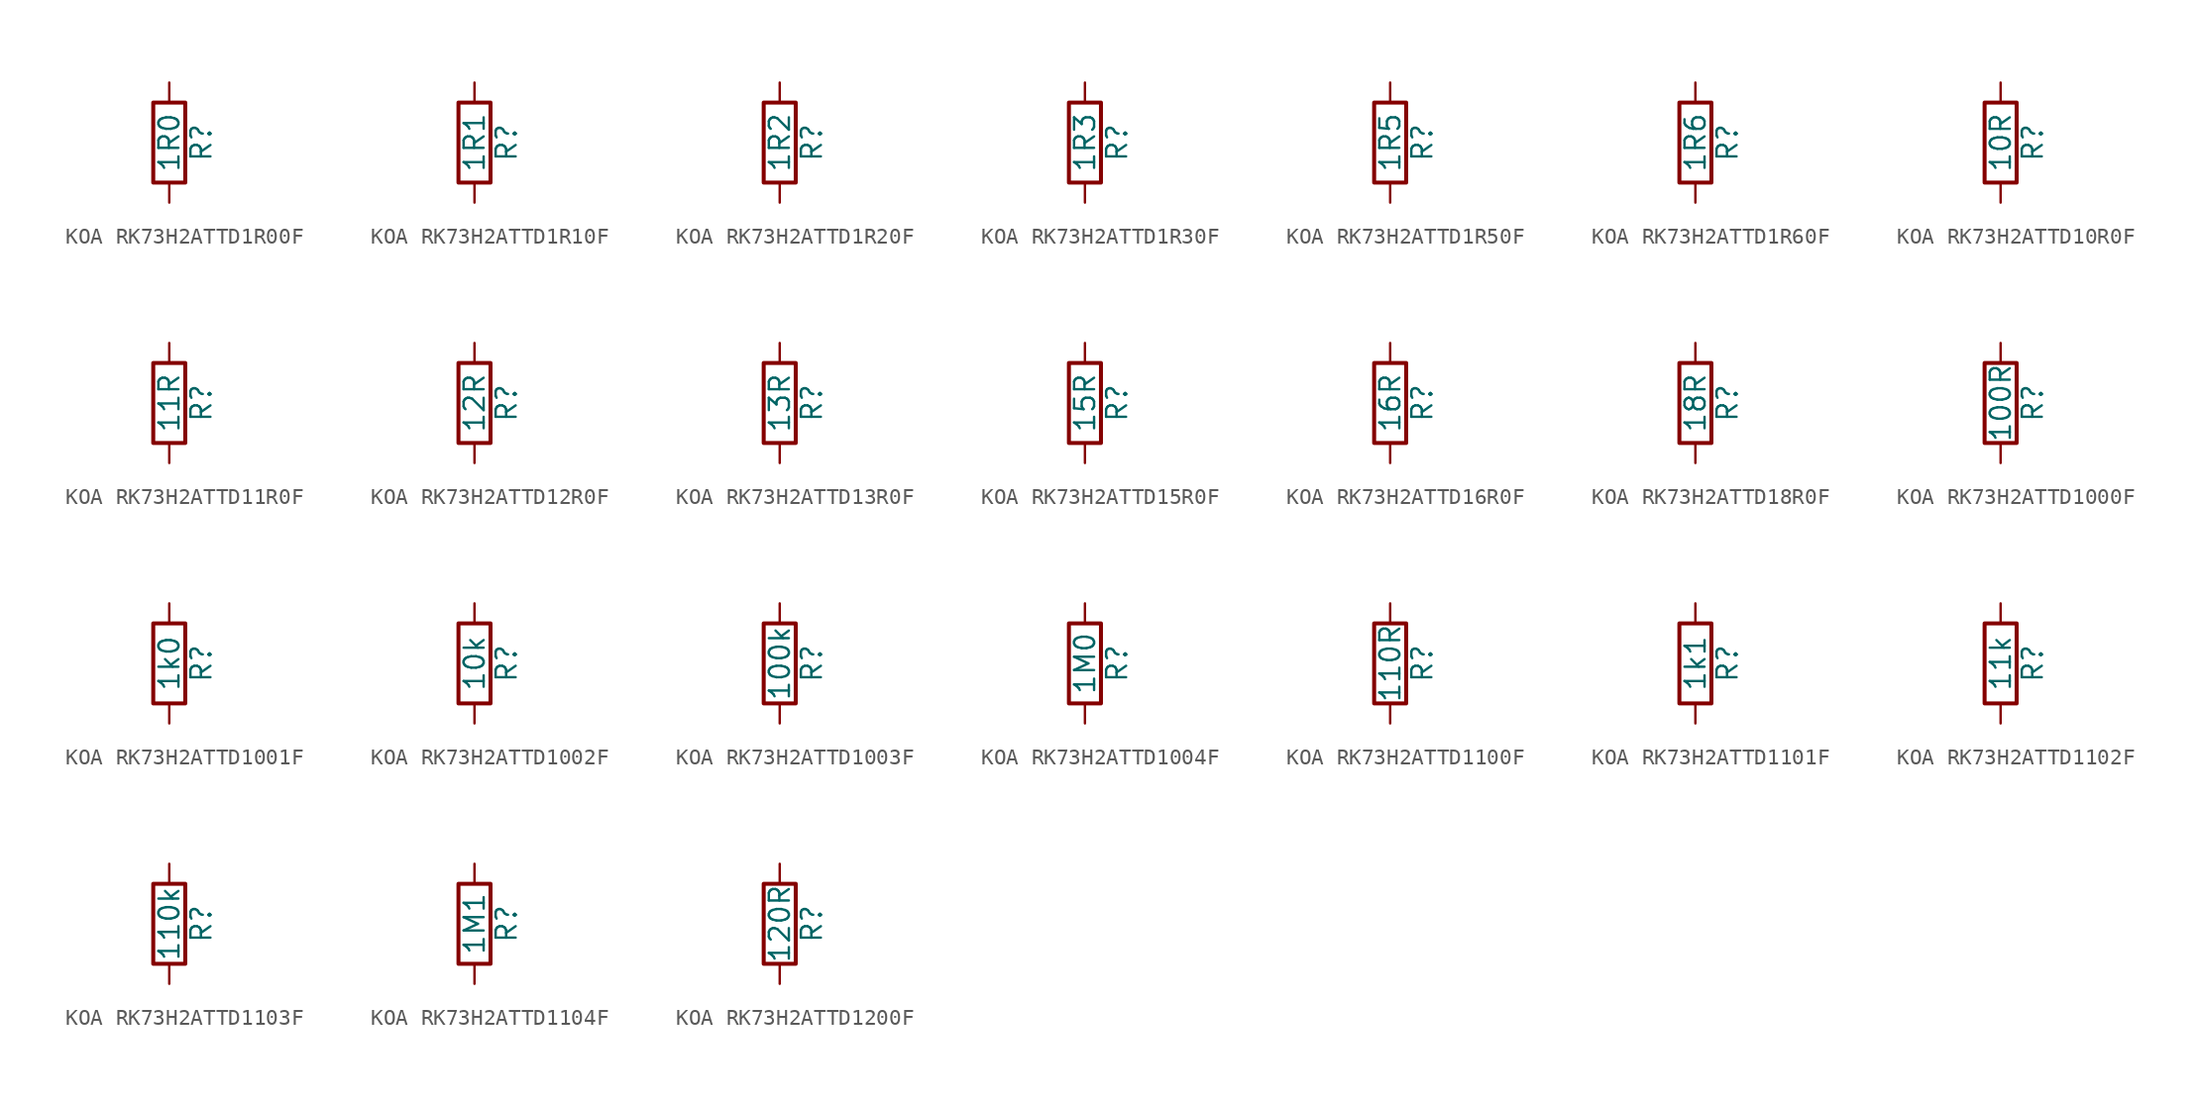
<source format=kicad_sym>
(kicad_symbol_lib
  (version 20220914)
  (generator kicad_symbol_editor)
  (symbol "KOA RK73H2ATTD1R00F"
    (pin_numbers hide)
    (pin_names
      (offset 0))
    (property "Reference" "R"
      (at 2.032 0 90)
      (effects (font (size 1.27 1.27))))
    (property "Value" "1R0"
      (at 0 0 90)
      (effects (font (size 1.27 1.27))))
    (symbol "KOA RK73H2ATTD1R00F_0_1"
      (rectangle (start -1.016 -2.54) (end 1.016 2.54) (stroke (width 0.254) (type default)) (fill (type none))))
    (symbol "KOA RK73H2ATTD1R00F_1_1"
      (pin passive line (at 0 3.81 270) (length 1.27) (name "~" (effects (font (size 1.27 1.27)))) (number "1" (effects (font (size 1.27 1.27)))))
      (pin passive line (at 0 -3.81 90) (length 1.27) (name "~" (effects (font (size 1.27 1.27)))) (number "2" (effects (font (size 1.27 1.27)))))))
  (symbol "KOA RK73H2ATTD1R10F"
    (pin_numbers hide)
    (pin_names
      (offset 0))
    (property "Reference" "R"
      (at 2.032 0 90)
      (effects (font (size 1.27 1.27))))
    (property "Value" "1R1"
      (at 0 0 90)
      (effects (font (size 1.27 1.27))))
    (symbol "KOA RK73H2ATTD1R10F_0_1"
      (rectangle (start -1.016 -2.54) (end 1.016 2.54) (stroke (width 0.254) (type default)) (fill (type none))))
    (symbol "KOA RK73H2ATTD1R10F_1_1"
      (pin passive line (at 0 3.81 270) (length 1.27) (name "~" (effects (font (size 1.27 1.27)))) (number "1" (effects (font (size 1.27 1.27)))))
      (pin passive line (at 0 -3.81 90) (length 1.27) (name "~" (effects (font (size 1.27 1.27)))) (number "2" (effects (font (size 1.27 1.27)))))))
  (symbol "KOA RK73H2ATTD1R20F"
    (pin_numbers hide)
    (pin_names
      (offset 0))
    (property "Reference" "R"
      (at 2.032 0 90)
      (effects (font (size 1.27 1.27))))
    (property "Value" "1R2"
      (at 0 0 90)
      (effects (font (size 1.27 1.27))))
    (symbol "KOA RK73H2ATTD1R20F_0_1"
      (rectangle (start -1.016 -2.54) (end 1.016 2.54) (stroke (width 0.254) (type default)) (fill (type none))))
    (symbol "KOA RK73H2ATTD1R20F_1_1"
      (pin passive line (at 0 3.81 270) (length 1.27) (name "~" (effects (font (size 1.27 1.27)))) (number "1" (effects (font (size 1.27 1.27)))))
      (pin passive line (at 0 -3.81 90) (length 1.27) (name "~" (effects (font (size 1.27 1.27)))) (number "2" (effects (font (size 1.27 1.27)))))))
  (symbol "KOA RK73H2ATTD1R30F"
    (pin_numbers hide)
    (pin_names
      (offset 0))
    (property "Reference" "R"
      (at 2.032 0 90)
      (effects (font (size 1.27 1.27))))
    (property "Value" "1R3"
      (at 0 0 90)
      (effects (font (size 1.27 1.27))))
    (symbol "KOA RK73H2ATTD1R30F_0_1"
      (rectangle (start -1.016 -2.54) (end 1.016 2.54) (stroke (width 0.254) (type default)) (fill (type none))))
    (symbol "KOA RK73H2ATTD1R30F_1_1"
      (pin passive line (at 0 3.81 270) (length 1.27) (name "~" (effects (font (size 1.27 1.27)))) (number "1" (effects (font (size 1.27 1.27)))))
      (pin passive line (at 0 -3.81 90) (length 1.27) (name "~" (effects (font (size 1.27 1.27)))) (number "2" (effects (font (size 1.27 1.27)))))))
  (symbol "KOA RK73H2ATTD1R50F"
    (pin_numbers hide)
    (pin_names
      (offset 0))
    (property "Reference" "R"
      (at 2.032 0 90)
      (effects (font (size 1.27 1.27))))
    (property "Value" "1R5"
      (at 0 0 90)
      (effects (font (size 1.27 1.27))))
    (symbol "KOA RK73H2ATTD1R50F_0_1"
      (rectangle (start -1.016 -2.54) (end 1.016 2.54) (stroke (width 0.254) (type default)) (fill (type none))))
    (symbol "KOA RK73H2ATTD1R50F_1_1"
      (pin passive line (at 0 3.81 270) (length 1.27) (name "~" (effects (font (size 1.27 1.27)))) (number "1" (effects (font (size 1.27 1.27)))))
      (pin passive line (at 0 -3.81 90) (length 1.27) (name "~" (effects (font (size 1.27 1.27)))) (number "2" (effects (font (size 1.27 1.27)))))))
  (symbol "KOA RK73H2ATTD1R60F"
    (pin_numbers hide)
    (pin_names
      (offset 0))
    (property "Reference" "R"
      (at 2.032 0 90)
      (effects (font (size 1.27 1.27))))
    (property "Value" "1R6"
      (at 0 0 90)
      (effects (font (size 1.27 1.27))))
    (symbol "KOA RK73H2ATTD1R60F_0_1"
      (rectangle (start -1.016 -2.54) (end 1.016 2.54) (stroke (width 0.254) (type default)) (fill (type none))))
    (symbol "KOA RK73H2ATTD1R60F_1_1"
      (pin passive line (at 0 3.81 270) (length 1.27) (name "~" (effects (font (size 1.27 1.27)))) (number "1" (effects (font (size 1.27 1.27)))))
      (pin passive line (at 0 -3.81 90) (length 1.27) (name "~" (effects (font (size 1.27 1.27)))) (number "2" (effects (font (size 1.27 1.27)))))))
  (symbol "KOA RK73H2ATTD10R0F"
    (pin_numbers hide)
    (pin_names
      (offset 0))
    (property "Reference" "R"
      (at 2.032 0 90)
      (effects (font (size 1.27 1.27))))
    (property "Value" "10R"
      (at 0 0 90)
      (effects (font (size 1.27 1.27))))
    (symbol "KOA RK73H2ATTD10R0F_0_1"
      (rectangle (start -1.016 -2.54) (end 1.016 2.54) (stroke (width 0.254) (type default)) (fill (type none))))
    (symbol "KOA RK73H2ATTD10R0F_1_1"
      (pin passive line (at 0 3.81 270) (length 1.27) (name "~" (effects (font (size 1.27 1.27)))) (number "1" (effects (font (size 1.27 1.27)))))
      (pin passive line (at 0 -3.81 90) (length 1.27) (name "~" (effects (font (size 1.27 1.27)))) (number "2" (effects (font (size 1.27 1.27)))))))
  (symbol "KOA RK73H2ATTD11R0F"
    (pin_numbers hide)
    (pin_names
      (offset 0))
    (property "Reference" "R"
      (at 2.032 0 90)
      (effects (font (size 1.27 1.27))))
    (property "Value" "11R"
      (at 0 0 90)
      (effects (font (size 1.27 1.27))))
    (symbol "KOA RK73H2ATTD11R0F_0_1"
      (rectangle (start -1.016 -2.54) (end 1.016 2.54) (stroke (width 0.254) (type default)) (fill (type none))))
    (symbol "KOA RK73H2ATTD11R0F_1_1"
      (pin passive line (at 0 3.81 270) (length 1.27) (name "~" (effects (font (size 1.27 1.27)))) (number "1" (effects (font (size 1.27 1.27)))))
      (pin passive line (at 0 -3.81 90) (length 1.27) (name "~" (effects (font (size 1.27 1.27)))) (number "2" (effects (font (size 1.27 1.27)))))))
  (symbol "KOA RK73H2ATTD12R0F"
    (pin_numbers hide)
    (pin_names
      (offset 0))
    (property "Reference" "R"
      (at 2.032 0 90)
      (effects (font (size 1.27 1.27))))
    (property "Value" "12R"
      (at 0 0 90)
      (effects (font (size 1.27 1.27))))
    (symbol "KOA RK73H2ATTD12R0F_0_1"
      (rectangle (start -1.016 -2.54) (end 1.016 2.54) (stroke (width 0.254) (type default)) (fill (type none))))
    (symbol "KOA RK73H2ATTD12R0F_1_1"
      (pin passive line (at 0 3.81 270) (length 1.27) (name "~" (effects (font (size 1.27 1.27)))) (number "1" (effects (font (size 1.27 1.27)))))
      (pin passive line (at 0 -3.81 90) (length 1.27) (name "~" (effects (font (size 1.27 1.27)))) (number "2" (effects (font (size 1.27 1.27)))))))
  (symbol "KOA RK73H2ATTD13R0F"
    (pin_numbers hide)
    (pin_names
      (offset 0))
    (property "Reference" "R"
      (at 2.032 0 90)
      (effects (font (size 1.27 1.27))))
    (property "Value" "13R"
      (at 0 0 90)
      (effects (font (size 1.27 1.27))))
    (symbol "KOA RK73H2ATTD13R0F_0_1"
      (rectangle (start -1.016 -2.54) (end 1.016 2.54) (stroke (width 0.254) (type default)) (fill (type none))))
    (symbol "KOA RK73H2ATTD13R0F_1_1"
      (pin passive line (at 0 3.81 270) (length 1.27) (name "~" (effects (font (size 1.27 1.27)))) (number "1" (effects (font (size 1.27 1.27)))))
      (pin passive line (at 0 -3.81 90) (length 1.27) (name "~" (effects (font (size 1.27 1.27)))) (number "2" (effects (font (size 1.27 1.27)))))))
  (symbol "KOA RK73H2ATTD15R0F"
    (pin_numbers hide)
    (pin_names
      (offset 0))
    (property "Reference" "R"
      (at 2.032 0 90)
      (effects (font (size 1.27 1.27))))
    (property "Value" "15R"
      (at 0 0 90)
      (effects (font (size 1.27 1.27))))
    (symbol "KOA RK73H2ATTD15R0F_0_1"
      (rectangle (start -1.016 -2.54) (end 1.016 2.54) (stroke (width 0.254) (type default)) (fill (type none))))
    (symbol "KOA RK73H2ATTD15R0F_1_1"
      (pin passive line (at 0 3.81 270) (length 1.27) (name "~" (effects (font (size 1.27 1.27)))) (number "1" (effects (font (size 1.27 1.27)))))
      (pin passive line (at 0 -3.81 90) (length 1.27) (name "~" (effects (font (size 1.27 1.27)))) (number "2" (effects (font (size 1.27 1.27)))))))
  (symbol "KOA RK73H2ATTD16R0F"
    (pin_numbers hide)
    (pin_names
      (offset 0))
    (property "Reference" "R"
      (at 2.032 0 90)
      (effects (font (size 1.27 1.27))))
    (property "Value" "16R"
      (at 0 0 90)
      (effects (font (size 1.27 1.27))))
    (symbol "KOA RK73H2ATTD16R0F_0_1"
      (rectangle (start -1.016 -2.54) (end 1.016 2.54) (stroke (width 0.254) (type default)) (fill (type none))))
    (symbol "KOA RK73H2ATTD16R0F_1_1"
      (pin passive line (at 0 3.81 270) (length 1.27) (name "~" (effects (font (size 1.27 1.27)))) (number "1" (effects (font (size 1.27 1.27)))))
      (pin passive line (at 0 -3.81 90) (length 1.27) (name "~" (effects (font (size 1.27 1.27)))) (number "2" (effects (font (size 1.27 1.27)))))))
  (symbol "KOA RK73H2ATTD18R0F"
    (pin_numbers hide)
    (pin_names
      (offset 0))
    (property "Reference" "R"
      (at 2.032 0 90)
      (effects (font (size 1.27 1.27))))
    (property "Value" "18R"
      (at 0 0 90)
      (effects (font (size 1.27 1.27))))
    (symbol "KOA RK73H2ATTD18R0F_0_1"
      (rectangle (start -1.016 -2.54) (end 1.016 2.54) (stroke (width 0.254) (type default)) (fill (type none))))
    (symbol "KOA RK73H2ATTD18R0F_1_1"
      (pin passive line (at 0 3.81 270) (length 1.27) (name "~" (effects (font (size 1.27 1.27)))) (number "1" (effects (font (size 1.27 1.27)))))
      (pin passive line (at 0 -3.81 90) (length 1.27) (name "~" (effects (font (size 1.27 1.27)))) (number "2" (effects (font (size 1.27 1.27)))))))
  (symbol "KOA RK73H2ATTD1000F"
    (pin_numbers hide)
    (pin_names
      (offset 0))
    (property "Reference" "R"
      (at 2.032 0 90)
      (effects (font (size 1.27 1.27))))
    (property "Value" "100R"
      (at 0 0 90)
      (effects (font (size 1.27 1.27))))
    (symbol "KOA RK73H2ATTD1000F_0_1"
      (rectangle (start -1.016 -2.54) (end 1.016 2.54) (stroke (width 0.254) (type default)) (fill (type none))))
    (symbol "KOA RK73H2ATTD1000F_1_1"
      (pin passive line (at 0 3.81 270) (length 1.27) (name "~" (effects (font (size 1.27 1.27)))) (number "1" (effects (font (size 1.27 1.27)))))
      (pin passive line (at 0 -3.81 90) (length 1.27) (name "~" (effects (font (size 1.27 1.27)))) (number "2" (effects (font (size 1.27 1.27)))))))
  (symbol "KOA RK73H2ATTD1001F"
    (pin_numbers hide)
    (pin_names
      (offset 0))
    (property "Reference" "R"
      (at 2.032 0 90)
      (effects (font (size 1.27 1.27))))
    (property "Value" "1k0"
      (at 0 0 90)
      (effects (font (size 1.27 1.27))))
    (symbol "KOA RK73H2ATTD1001F_0_1"
      (rectangle (start -1.016 -2.54) (end 1.016 2.54) (stroke (width 0.254) (type default)) (fill (type none))))
    (symbol "KOA RK73H2ATTD1001F_1_1"
      (pin passive line (at 0 3.81 270) (length 1.27) (name "~" (effects (font (size 1.27 1.27)))) (number "1" (effects (font (size 1.27 1.27)))))
      (pin passive line (at 0 -3.81 90) (length 1.27) (name "~" (effects (font (size 1.27 1.27)))) (number "2" (effects (font (size 1.27 1.27)))))))
  (symbol "KOA RK73H2ATTD1002F"
    (pin_numbers hide)
    (pin_names
      (offset 0))
    (property "Reference" "R"
      (at 2.032 0 90)
      (effects (font (size 1.27 1.27))))
    (property "Value" "10k"
      (at 0 0 90)
      (effects (font (size 1.27 1.27))))
    (symbol "KOA RK73H2ATTD1002F_0_1"
      (rectangle (start -1.016 -2.54) (end 1.016 2.54) (stroke (width 0.254) (type default)) (fill (type none))))
    (symbol "KOA RK73H2ATTD1002F_1_1"
      (pin passive line (at 0 3.81 270) (length 1.27) (name "~" (effects (font (size 1.27 1.27)))) (number "1" (effects (font (size 1.27 1.27)))))
      (pin passive line (at 0 -3.81 90) (length 1.27) (name "~" (effects (font (size 1.27 1.27)))) (number "2" (effects (font (size 1.27 1.27)))))))
  (symbol "KOA RK73H2ATTD1003F"
    (pin_numbers hide)
    (pin_names
      (offset 0))
    (property "Reference" "R"
      (at 2.032 0 90)
      (effects (font (size 1.27 1.27))))
    (property "Value" "100k"
      (at 0 0 90)
      (effects (font (size 1.27 1.27))))
    (symbol "KOA RK73H2ATTD1003F_0_1"
      (rectangle (start -1.016 -2.54) (end 1.016 2.54) (stroke (width 0.254) (type default)) (fill (type none))))
    (symbol "KOA RK73H2ATTD1003F_1_1"
      (pin passive line (at 0 3.81 270) (length 1.27) (name "~" (effects (font (size 1.27 1.27)))) (number "1" (effects (font (size 1.27 1.27)))))
      (pin passive line (at 0 -3.81 90) (length 1.27) (name "~" (effects (font (size 1.27 1.27)))) (number "2" (effects (font (size 1.27 1.27)))))))
  (symbol "KOA RK73H2ATTD1004F"
    (pin_numbers hide)
    (pin_names
      (offset 0))
    (property "Reference" "R"
      (at 2.032 0 90)
      (effects (font (size 1.27 1.27))))
    (property "Value" "1M0"
      (at 0 0 90)
      (effects (font (size 1.27 1.27))))
    (symbol "KOA RK73H2ATTD1004F_0_1"
      (rectangle (start -1.016 -2.54) (end 1.016 2.54) (stroke (width 0.254) (type default)) (fill (type none))))
    (symbol "KOA RK73H2ATTD1004F_1_1"
      (pin passive line (at 0 3.81 270) (length 1.27) (name "~" (effects (font (size 1.27 1.27)))) (number "1" (effects (font (size 1.27 1.27)))))
      (pin passive line (at 0 -3.81 90) (length 1.27) (name "~" (effects (font (size 1.27 1.27)))) (number "2" (effects (font (size 1.27 1.27)))))))
  (symbol "KOA RK73H2ATTD1100F"
    (pin_numbers hide)
    (pin_names
      (offset 0))
    (property "Reference" "R"
      (at 2.032 0 90)
      (effects (font (size 1.27 1.27))))
    (property "Value" "110R"
      (at 0 0 90)
      (effects (font (size 1.27 1.27))))
    (symbol "KOA RK73H2ATTD1100F_0_1"
      (rectangle (start -1.016 -2.54) (end 1.016 2.54) (stroke (width 0.254) (type default)) (fill (type none))))
    (symbol "KOA RK73H2ATTD1100F_1_1"
      (pin passive line (at 0 3.81 270) (length 1.27) (name "~" (effects (font (size 1.27 1.27)))) (number "1" (effects (font (size 1.27 1.27)))))
      (pin passive line (at 0 -3.81 90) (length 1.27) (name "~" (effects (font (size 1.27 1.27)))) (number "2" (effects (font (size 1.27 1.27)))))))
  (symbol "KOA RK73H2ATTD1101F"
    (pin_numbers hide)
    (pin_names
      (offset 0))
    (property "Reference" "R"
      (at 2.032 0 90)
      (effects (font (size 1.27 1.27))))
    (property "Value" "1k1"
      (at 0 0 90)
      (effects (font (size 1.27 1.27))))
    (symbol "KOA RK73H2ATTD1101F_0_1"
      (rectangle (start -1.016 -2.54) (end 1.016 2.54) (stroke (width 0.254) (type default)) (fill (type none))))
    (symbol "KOA RK73H2ATTD1101F_1_1"
      (pin passive line (at 0 3.81 270) (length 1.27) (name "~" (effects (font (size 1.27 1.27)))) (number "1" (effects (font (size 1.27 1.27)))))
      (pin passive line (at 0 -3.81 90) (length 1.27) (name "~" (effects (font (size 1.27 1.27)))) (number "2" (effects (font (size 1.27 1.27)))))))
  (symbol "KOA RK73H2ATTD1102F"
    (pin_numbers hide)
    (pin_names
      (offset 0))
    (property "Reference" "R"
      (at 2.032 0 90)
      (effects (font (size 1.27 1.27))))
    (property "Value" "11k"
      (at 0 0 90)
      (effects (font (size 1.27 1.27))))
    (symbol "KOA RK73H2ATTD1102F_0_1"
      (rectangle (start -1.016 -2.54) (end 1.016 2.54) (stroke (width 0.254) (type default)) (fill (type none))))
    (symbol "KOA RK73H2ATTD1102F_1_1"
      (pin passive line (at 0 3.81 270) (length 1.27) (name "~" (effects (font (size 1.27 1.27)))) (number "1" (effects (font (size 1.27 1.27)))))
      (pin passive line (at 0 -3.81 90) (length 1.27) (name "~" (effects (font (size 1.27 1.27)))) (number "2" (effects (font (size 1.27 1.27)))))))
  (symbol "KOA RK73H2ATTD1103F"
    (pin_numbers hide)
    (pin_names
      (offset 0))
    (property "Reference" "R"
      (at 2.032 0 90)
      (effects (font (size 1.27 1.27))))
    (property "Value" "110k"
      (at 0 0 90)
      (effects (font (size 1.27 1.27))))
    (symbol "KOA RK73H2ATTD1103F_0_1"
      (rectangle (start -1.016 -2.54) (end 1.016 2.54) (stroke (width 0.254) (type default)) (fill (type none))))
    (symbol "KOA RK73H2ATTD1103F_1_1"
      (pin passive line (at 0 3.81 270) (length 1.27) (name "~" (effects (font (size 1.27 1.27)))) (number "1" (effects (font (size 1.27 1.27)))))
      (pin passive line (at 0 -3.81 90) (length 1.27) (name "~" (effects (font (size 1.27 1.27)))) (number "2" (effects (font (size 1.27 1.27)))))))
  (symbol "KOA RK73H2ATTD1104F"
    (pin_numbers hide)
    (pin_names
      (offset 0))
    (property "Reference" "R"
      (at 2.032 0 90)
      (effects (font (size 1.27 1.27))))
    (property "Value" "1M1"
      (at 0 0 90)
      (effects (font (size 1.27 1.27))))
    (symbol "KOA RK73H2ATTD1104F_0_1"
      (rectangle (start -1.016 -2.54) (end 1.016 2.54) (stroke (width 0.254) (type default)) (fill (type none))))
    (symbol "KOA RK73H2ATTD1104F_1_1"
      (pin passive line (at 0 3.81 270) (length 1.27) (name "~" (effects (font (size 1.27 1.27)))) (number "1" (effects (font (size 1.27 1.27)))))
      (pin passive line (at 0 -3.81 90) (length 1.27) (name "~" (effects (font (size 1.27 1.27)))) (number "2" (effects (font (size 1.27 1.27)))))))
  (symbol "KOA RK73H2ATTD1200F"
    (pin_numbers hide)
    (pin_names
      (offset 0))
    (property "Reference" "R"
      (at 2.032 0 90)
      (effects (font (size 1.27 1.27))))
    (property "Value" "120R"
      (at 0 0 90)
      (effects (font (size 1.27 1.27))))
    (symbol "KOA RK73H2ATTD1200F_0_1"
      (rectangle (start -1.016 -2.54) (end 1.016 2.54) (stroke (width 0.254) (type default)) (fill (type none))))
    (symbol "KOA RK73H2ATTD1200F_1_1"
      (pin passive line (at 0 3.81 270) (length 1.27) (name "~" (effects (font (size 1.27 1.27)))) (number "1" (effects (font (size 1.27 1.27)))))
      (pin passive line (at 0 -3.81 90) (length 1.27) (name "~" (effects (font (size 1.27 1.27)))) (number "2" (effects (font (size 1.27 1.27))))))))
</source>
